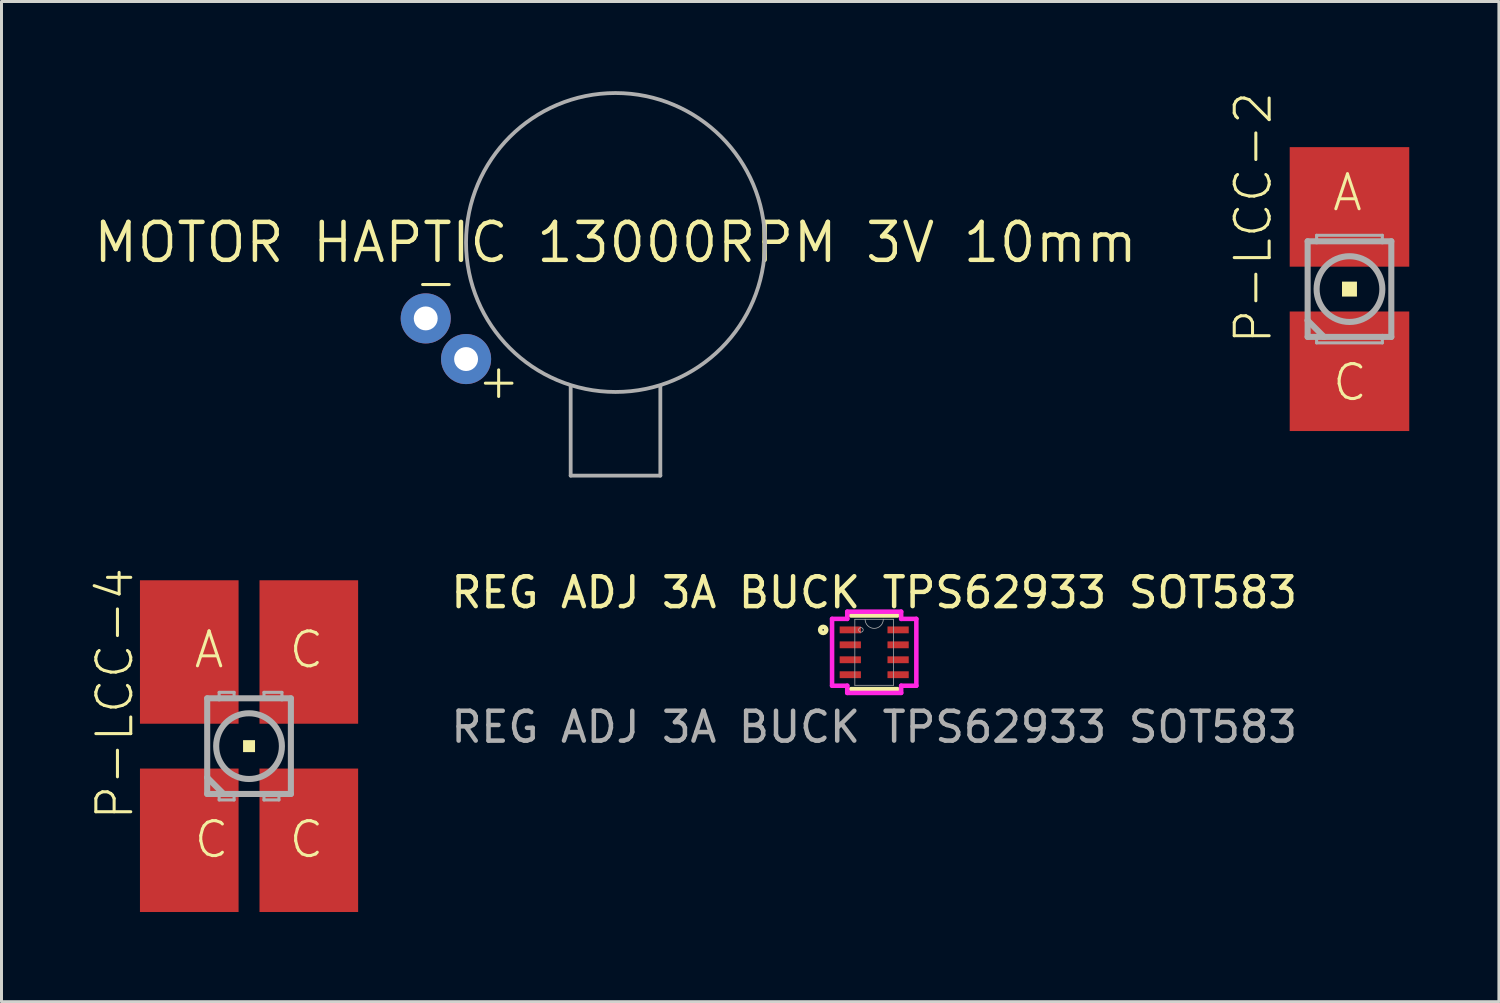
<source format=kicad_pcb>
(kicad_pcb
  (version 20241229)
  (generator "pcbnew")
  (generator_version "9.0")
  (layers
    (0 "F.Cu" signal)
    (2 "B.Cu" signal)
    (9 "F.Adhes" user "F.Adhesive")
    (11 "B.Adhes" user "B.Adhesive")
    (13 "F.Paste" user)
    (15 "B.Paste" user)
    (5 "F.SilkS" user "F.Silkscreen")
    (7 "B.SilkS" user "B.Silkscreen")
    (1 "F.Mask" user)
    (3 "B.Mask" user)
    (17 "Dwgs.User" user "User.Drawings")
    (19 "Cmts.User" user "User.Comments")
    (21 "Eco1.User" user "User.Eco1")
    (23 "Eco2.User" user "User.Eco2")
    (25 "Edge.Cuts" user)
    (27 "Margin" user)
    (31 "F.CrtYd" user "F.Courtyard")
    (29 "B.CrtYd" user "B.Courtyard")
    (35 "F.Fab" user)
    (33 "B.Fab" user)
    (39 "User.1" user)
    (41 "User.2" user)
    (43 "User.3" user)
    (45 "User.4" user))
  (footprint "REG ADJ 3A BUCK TPS62933 SOT583"
    (layer "F.Cu")
    (at 26.201 18.776)
    (property "Reference" "REG ADJ 3A BUCK TPS62933 SOT583" (at 0 -2 0) (unlocked yes) (layer "F.SilkS") (effects (font (size 1 1) (thickness 0.15))))
    (attr smd)
    (fp_line (start -0.775 1.232) (end 0.775 1.232) (stroke (width 0.152) (type solid)) (layer "F.SilkS"))
    (fp_line (start 0.775 -1.232) (end -0.775 -1.232) (stroke (width 0.152) (type solid)) (layer "F.SilkS"))
    (fp_circle (center -1.707 -0.75) (end -1.605 -0.75) (stroke (width 0.152) (type solid)) (fill no) (layer "F.SilkS"))
    (fp_line (start -1.41 -1.118) (end -0.902 -1.118) (stroke (width 0.152) (type solid)) (layer "F.CrtYd"))
    (fp_line (start -1.41 1.118) (end -1.41 -1.118) (stroke (width 0.152) (type solid)) (layer "F.CrtYd"))
    (fp_line (start -1.41 1.118) (end -0.902 1.118) (stroke (width 0.152) (type solid)) (layer "F.CrtYd"))
    (fp_line (start -0.902 -1.359) (end 0.902 -1.359) (stroke (width 0.152) (type solid)) (layer "F.CrtYd"))
    (fp_line (start -0.902 -1.118) (end -0.902 -1.359) (stroke (width 0.152) (type solid)) (layer "F.CrtYd"))
    (fp_line (start -0.902 1.359) (end -0.902 1.118) (stroke (width 0.152) (type solid)) (layer "F.CrtYd"))
    (fp_line (start 0.902 -1.359) (end 0.902 -1.118) (stroke (width 0.152) (type solid)) (layer "F.CrtYd"))
    (fp_line (start 0.902 1.118) (end 0.902 1.359) (stroke (width 0.152) (type solid)) (layer "F.CrtYd"))
    (fp_line (start 0.902 1.359) (end -0.902 1.359) (stroke (width 0.152) (type solid)) (layer "F.CrtYd"))
    (fp_line (start 1.41 -1.118) (end 0.902 -1.118) (stroke (width 0.152) (type solid)) (layer "F.CrtYd"))
    (fp_line (start 1.41 -1.118) (end 1.41 1.118) (stroke (width 0.152) (type solid)) (layer "F.CrtYd"))
    (fp_line (start 1.41 1.118) (end 0.902 1.118) (stroke (width 0.152) (type solid)) (layer "F.CrtYd"))
    (fp_line (start -0.648 -1.105) (end -0.648 1.105) (stroke (width 0.025) (type solid)) (layer "F.Fab"))
    (fp_line (start -0.648 1.105) (end 0.648 1.105) (stroke (width 0.025) (type solid)) (layer "F.Fab"))
    (fp_line (start 0.648 -1.105) (end -0.648 -1.105) (stroke (width 0.025) (type solid)) (layer "F.Fab"))
    (fp_line (start 0.648 1.105) (end 0.648 -1.105) (stroke (width 0.025) (type solid)) (layer "F.Fab"))
    (fp_arc (start 0.3048 -1.1049) (mid 0 -0.8001) (end -0.3048 -1.1049) (stroke (width 0.0254) (type solid)) (layer "F.Fab"))
    (fp_circle (center -0.445 -0.75) (end -0.368 -0.75) (stroke (width 0.025) (type solid)) (fill no) (layer "F.Fab"))
    (fp_text user "${REFERENCE}" (at 0 2.5 0) (unlocked yes) (layer "F.Fab") (effects (font (size 1 1) (thickness 0.15))))
    (pad "1" smd rect (at -0.8 -0.75) (size 0.711 0.229) (layers "F.Cu" "F.Mask" "F.Paste"))
    (pad "2" smd rect (at -0.8 -0.25) (size 0.711 0.229) (layers "F.Cu" "F.Mask" "F.Paste"))
    (pad "3" smd rect (at -0.8 0.25) (size 0.711 0.229) (layers "F.Cu" "F.Mask" "F.Paste"))
    (pad "4" smd rect (at -0.8 0.75) (size 0.711 0.229) (layers "F.Cu" "F.Mask" "F.Paste"))
    (pad "5" smd rect (at 0.8 0.75) (size 0.711 0.229) (layers "F.Cu" "F.Mask" "F.Paste"))
    (pad "6" smd rect (at 0.8 0.25) (size 0.711 0.229) (layers "F.Cu" "F.Mask" "F.Paste"))
    (pad "7" smd rect (at 0.8 -0.25) (size 0.711 0.229) (layers "F.Cu" "F.Mask" "F.Paste"))
    (pad "8" smd rect (at 0.8 -0.75) (size 0.711 0.229) (layers "F.Cu" "F.Mask" "F.Paste")))
  (footprint "P-LCC-4"
    (layer "F.Cu")
    (at 5.283 21.916)
    (property "Reference" "P-LCC-4" (at -3.81 2.54 90) (unlocked yes) (layer "F.SilkS") (effects (font (size 1.168 1.168) (thickness 0.102)) (justify left bottom)))
    (fp_poly (pts (xy -1.15 -0.75) (xy -0.35 -0.75) (xy -0.35 -1.85) (xy -1.15 -1.85)) (stroke (width 0) (type default)) (fill yes) (layer "F.Mask"))
    (fp_poly (pts (xy -1.15 1.85) (xy -0.35 1.85) (xy -0.35 0.75) (xy -1.15 0.75)) (stroke (width 0) (type default)) (fill yes) (layer "F.Mask"))
    (fp_poly (pts (xy 0.35 -0.75) (xy 1.15 -0.75) (xy 1.15 -1.85) (xy 0.35 -1.85)) (stroke (width 0) (type default)) (fill yes) (layer "F.Mask"))
    (fp_poly (pts (xy 0.35 1.85) (xy 1.15 1.85) (xy 1.15 0.75) (xy 0.35 0.75)) (stroke (width 0) (type default)) (fill yes) (layer "F.Mask"))
    (fp_poly (pts (xy -0.2 0.2) (xy 0.2 0.2) (xy 0.2 -0.2) (xy -0.2 -0.2)) (stroke (width 0) (type default)) (fill yes) (layer "F.SilkS"))
    (fp_poly (pts (xy -1.1 -0.8) (xy -0.4 -0.8) (xy -0.4 -1.8) (xy -1.1 -1.8)) (stroke (width 0) (type default)) (fill yes) (layer "F.Paste"))
    (fp_poly (pts (xy -1.1 1.8) (xy -0.4 1.8) (xy -0.4 0.8) (xy -1.1 0.8)) (stroke (width 0) (type default)) (fill yes) (layer "F.Paste"))
    (fp_poly (pts (xy 0.4 -0.8) (xy 1.1 -0.8) (xy 1.1 -1.8) (xy 0.4 -1.8)) (stroke (width 0) (type default)) (fill yes) (layer "F.Paste"))
    (fp_poly (pts (xy 0.4 1.8) (xy 1.1 1.8) (xy 1.1 0.8) (xy 0.4 0.8)) (stroke (width 0) (type default)) (fill yes) (layer "F.Paste"))
    (fp_line (start -1.4 -1.6) (end -1.4 1.05) (stroke (width 0.203) (type solid)) (layer "F.Fab"))
    (fp_line (start -1.4 1.05) (end -1.4 1.6) (stroke (width 0.203) (type solid)) (layer "F.Fab"))
    (fp_line (start -1.4 1.6) (end -1 1.6) (stroke (width 0.203) (type solid)) (layer "F.Fab"))
    (fp_line (start -1 -1.8) (end -0.5 -1.8) (stroke (width 0.102) (type solid)) (layer "F.Fab"))
    (fp_line (start -1 -1.6) (end -1.4 -1.6) (stroke (width 0.203) (type solid)) (layer "F.Fab"))
    (fp_line (start -1 -1.6) (end -1 -1.8) (stroke (width 0.102) (type solid)) (layer "F.Fab"))
    (fp_line (start -1 1.6) (end -1 1.8) (stroke (width 0.102) (type solid)) (layer "F.Fab"))
    (fp_line (start -1 1.6) (end -0.85 1.6) (stroke (width 0.203) (type solid)) (layer "F.Fab"))
    (fp_line (start -1 1.8) (end -0.5 1.8) (stroke (width 0.102) (type solid)) (layer "F.Fab"))
    (fp_line (start -0.85 1.6) (end -1.4 1.05) (stroke (width 0.203) (type solid)) (layer "F.Fab"))
    (fp_line (start -0.85 1.6) (end 1 1.6) (stroke (width 0.203) (type solid)) (layer "F.Fab"))
    (fp_line (start -0.5 -1.8) (end -0.5 -1.65) (stroke (width 0.102) (type solid)) (layer "F.Fab"))
    (fp_line (start -0.5 1.8) (end -0.5 1.65) (stroke (width 0.102) (type solid)) (layer "F.Fab"))
    (fp_line (start 0.5 -1.8) (end 1.1 -1.8) (stroke (width 0.102) (type solid)) (layer "F.Fab"))
    (fp_line (start 0.5 -1.65) (end 0.5 -1.8) (stroke (width 0.102) (type solid)) (layer "F.Fab"))
    (fp_line (start 0.5 1.65) (end 0.5 1.8) (stroke (width 0.102) (type solid)) (layer "F.Fab"))
    (fp_line (start 0.5 1.8) (end 1 1.8) (stroke (width 0.102) (type solid)) (layer "F.Fab"))
    (fp_line (start 1 1.6) (end 1.4 1.6) (stroke (width 0.203) (type solid)) (layer "F.Fab"))
    (fp_line (start 1 1.8) (end 1 1.6) (stroke (width 0.102) (type solid)) (layer "F.Fab"))
    (fp_line (start 1.1 -1.8) (end 1.1 -1.6) (stroke (width 0.102) (type solid)) (layer "F.Fab"))
    (fp_line (start 1.1 -1.6) (end -1 -1.6) (stroke (width 0.203) (type solid)) (layer "F.Fab"))
    (fp_line (start 1.4 -1.6) (end 1.1 -1.6) (stroke (width 0.203) (type solid)) (layer "F.Fab"))
    (fp_line (start 1.4 1.6) (end 1.4 -1.6) (stroke (width 0.203) (type solid)) (layer "F.Fab"))
    (fp_circle (center 0 0) (end 1.1 0) (stroke (width 0.203) (type solid)) (fill no) (layer "F.Fab"))
    (fp_text user "C" (at 1.27 -2.54 0) (unlocked yes) (layer "F.SilkS") (effects (font (size 1.168 1.168) (thickness 0.102)) (justify left bottom)))
    (fp_text user "C" (at 1.27 3.81 0) (unlocked yes) (layer "F.SilkS") (effects (font (size 1.168 1.168) (thickness 0.102)) (justify left bottom)))
    (fp_text user "C" (at -1.905 3.81 0) (unlocked yes) (layer "F.SilkS") (effects (font (size 1.168 1.168) (thickness 0.102)) (justify left bottom)))
    (fp_text user "A" (at -1.905 -2.54 0) (unlocked yes) (layer "F.SilkS") (effects (font (size 1.168 1.168) (thickness 0.102)) (justify left bottom)))
    (pad "A" smd rect (at -2 -3.15) (size 3.3 4.8) (layers "F.Cu"))
    (pad "C@1" smd rect (at -2 3.15) (size 3.3 4.8) (layers "F.Cu"))
    (pad "C@3" smd rect (at 2 -3.15) (size 3.3 4.8) (layers "F.Cu"))
    (pad "C@4" smd rect (at 2 3.15) (size 3.3 4.8) (layers "F.Cu")))
  (footprint "MOTOR HAPTIC 13000RPM 3V 10mm"
    (layer "F.Cu")
    (at 17.545 5.064)
    (property "Reference" "MOTOR HAPTIC 13000RPM 3V 10mm" (at 0 0 0) (layer "F.SilkS") (effects (font (size 1.27 1.27) (thickness 0.15))))
    (fp_line (start -1.5 4.8) (end -1.5 7.8) (stroke (width 0.127) (type solid)) (layer "F.Fab"))
    (fp_line (start -1.5 7.8) (end 1.5 7.8) (stroke (width 0.127) (type solid)) (layer "F.Fab"))
    (fp_line (start 1.5 7.8) (end 1.5 4.8) (stroke (width 0.127) (type solid)) (layer "F.Fab"))
    (fp_circle (center 0 0) (end 5.001 0) (stroke (width 0.127) (type solid)) (fill no) (layer "F.Fab"))
    (fp_text user "-" (at -6.8 2 0) (unlocked yes) (layer "F.SilkS") (effects (font (size 1.168 1.168) (thickness 0.102)) (justify left bottom)))
    (fp_text user "+" (at -4.7 5.3 0) (unlocked yes) (layer "F.SilkS") (effects (font (size 1.168 1.168) (thickness 0.102)) (justify left bottom)))
    (pad "+" thru_hole circle (at -5 3.9) (size 1.676 1.676) (drill 0.8) (layers "*.Cu" "*.Mask"))
    (pad "-" thru_hole circle (at -6.35 2.54) (size 1.676 1.676) (drill 0.8) (layers "*.Cu" "*.Mask")))
  (footprint "P-LCC-2"
    (layer "F.Cu")
    (at 42.104 6.623)
    (property "Reference" "P-LCC-2" (at -2.54 1.905 90) (unlocked yes) (layer "F.SilkS") (effects (font (size 1.168 1.168) (thickness 0.102)) (justify left bottom)))
    (fp_poly (pts (xy -1.4 -0.65) (xy 1.4 -0.65) (xy 1.4 -2.35) (xy -1.4 -2.35)) (stroke (width 0) (type default)) (fill yes) (layer "F.Mask"))
    (fp_poly (pts (xy -1.4 2.35) (xy 1.4 2.35) (xy 1.4 0.65) (xy -1.4 0.65)) (stroke (width 0) (type default)) (fill yes) (layer "F.Mask"))
    (fp_poly (pts (xy -0.25 0.25) (xy 0.25 0.25) (xy 0.25 -0.25) (xy -0.25 -0.25)) (stroke (width 0) (type default)) (fill yes) (layer "F.SilkS"))
    (fp_poly (pts (xy -1.3 -0.75) (xy 1.3 -0.75) (xy 1.3 -2.25) (xy -1.3 -2.25)) (stroke (width 0) (type default)) (fill yes) (layer "F.Paste"))
    (fp_poly (pts (xy -1.3 2.25) (xy 1.3 2.25) (xy 1.3 0.75) (xy -1.3 0.75)) (stroke (width 0) (type default)) (fill yes) (layer "F.Paste"))
    (fp_line (start -1.4 -1.6) (end -1.4 1.05) (stroke (width 0.203) (type solid)) (layer "F.Fab"))
    (fp_line (start -1.4 1.05) (end -1.4 1.6) (stroke (width 0.203) (type solid)) (layer "F.Fab"))
    (fp_line (start -1.4 1.6) (end -1.1 1.6) (stroke (width 0.203) (type solid)) (layer "F.Fab"))
    (fp_line (start -1.1 -1.8) (end 1.1 -1.8) (stroke (width 0.102) (type solid)) (layer "F.Fab"))
    (fp_line (start -1.1 -1.6) (end -1.4 -1.6) (stroke (width 0.203) (type solid)) (layer "F.Fab"))
    (fp_line (start -1.1 -1.6) (end -1.1 -1.8) (stroke (width 0.102) (type solid)) (layer "F.Fab"))
    (fp_line (start -1.1 1.6) (end -1.1 1.8) (stroke (width 0.102) (type solid)) (layer "F.Fab"))
    (fp_line (start -1.1 1.6) (end -0.85 1.6) (stroke (width 0.203) (type solid)) (layer "F.Fab"))
    (fp_line (start -1.1 1.8) (end 1.1 1.8) (stroke (width 0.102) (type solid)) (layer "F.Fab"))
    (fp_line (start -0.85 1.6) (end -1.4 1.05) (stroke (width 0.203) (type solid)) (layer "F.Fab"))
    (fp_line (start -0.85 1.6) (end 1.1 1.6) (stroke (width 0.203) (type solid)) (layer "F.Fab"))
    (fp_line (start 1.1 -1.8) (end 1.1 -1.6) (stroke (width 0.102) (type solid)) (layer "F.Fab"))
    (fp_line (start 1.1 -1.6) (end -1.1 -1.6) (stroke (width 0.203) (type solid)) (layer "F.Fab"))
    (fp_line (start 1.1 1.6) (end 1.4 1.6) (stroke (width 0.203) (type solid)) (layer "F.Fab"))
    (fp_line (start 1.1 1.8) (end 1.1 1.6) (stroke (width 0.102) (type solid)) (layer "F.Fab"))
    (fp_line (start 1.4 -1.6) (end 1.1 -1.6) (stroke (width 0.203) (type solid)) (layer "F.Fab"))
    (fp_line (start 1.4 1.6) (end 1.4 -1.6) (stroke (width 0.203) (type solid)) (layer "F.Fab"))
    (fp_circle (center 0 0) (end 1.1 0) (stroke (width 0.203) (type solid)) (fill no) (layer "F.Fab"))
    (fp_text user "A" (at -0.635 -2.54 0) (unlocked yes) (layer "F.SilkS") (effects (font (size 1.168 1.168) (thickness 0.102)) (justify left bottom)))
    (fp_text user "C" (at -0.635 3.81 0) (unlocked yes) (layer "F.SilkS") (effects (font (size 1.168 1.168) (thickness 0.102)) (justify left bottom)))
    (pad "A" smd rect (at 0 -2.75) (size 4 4) (layers "F.Cu"))
    (pad "C" smd rect (at 0 2.75) (size 4 4) (layers "F.Cu")))
  (gr_rect
    (start -3 -3)
    (end 47.104 30.466)
    (stroke (width 0.1) (type default))
    (fill no)
    (layer "Edge.Cuts")))
</source>
